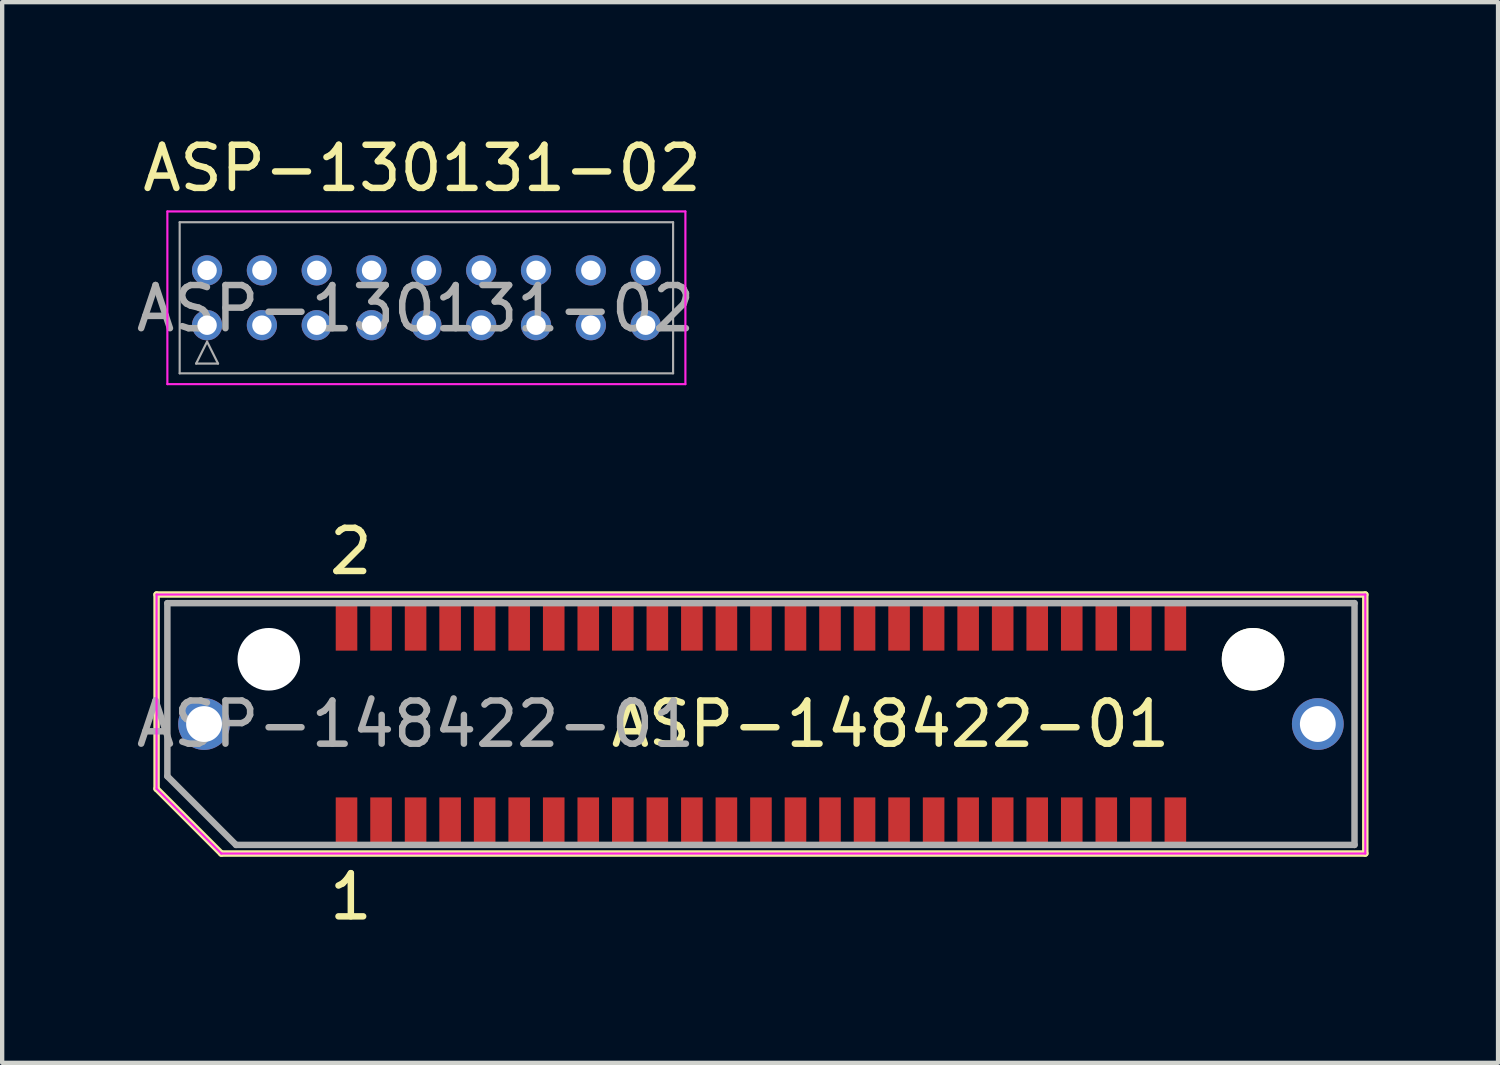
<source format=kicad_pcb>
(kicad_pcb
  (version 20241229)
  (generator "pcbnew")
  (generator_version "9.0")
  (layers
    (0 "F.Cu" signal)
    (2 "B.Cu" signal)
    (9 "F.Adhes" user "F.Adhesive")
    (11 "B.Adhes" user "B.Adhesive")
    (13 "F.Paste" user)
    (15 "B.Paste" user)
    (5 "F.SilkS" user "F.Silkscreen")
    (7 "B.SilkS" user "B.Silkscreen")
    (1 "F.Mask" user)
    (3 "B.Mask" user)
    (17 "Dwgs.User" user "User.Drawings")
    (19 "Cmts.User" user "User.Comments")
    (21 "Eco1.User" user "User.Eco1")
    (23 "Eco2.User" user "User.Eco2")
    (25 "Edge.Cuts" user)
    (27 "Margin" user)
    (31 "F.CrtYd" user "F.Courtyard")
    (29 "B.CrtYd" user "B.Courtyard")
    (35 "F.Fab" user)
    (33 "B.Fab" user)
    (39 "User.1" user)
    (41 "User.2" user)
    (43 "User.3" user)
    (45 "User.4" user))
  (footprint "ASP-130131-02"
    (layer "F.Cu")
    (at 6.827 3.848)
    (property "Reference" "ASP-130131-02" (at -0.1 -3 0) (layer "F.SilkS") (effects (font (size 1 1) (thickness 0.15))))
    (attr through_hole)
    (fp_line (start -6 -2) (end 6 -2) (stroke (width 0.05) (type solid)) (layer "F.CrtYd"))
    (fp_line (start -6 2) (end -6 -2) (stroke (width 0.05) (type solid)) (layer "F.CrtYd"))
    (fp_line (start 6 -2) (end 6 2) (stroke (width 0.05) (type solid)) (layer "F.CrtYd"))
    (fp_line (start 6 2) (end -6 2) (stroke (width 0.05) (type solid)) (layer "F.CrtYd"))
    (fp_line (start -5.715 -1.75) (end 5.715 -1.75) (stroke (width 0.05) (type solid)) (layer "F.Fab"))
    (fp_line (start -5.715 1.75) (end -5.715 -1.75) (stroke (width 0.05) (type solid)) (layer "F.Fab"))
    (fp_line (start -5.334 1.524) (end -4.826 1.524) (stroke (width 0.05) (type solid)) (layer "F.Fab"))
    (fp_line (start -5.08 1.016) (end -5.334 1.524) (stroke (width 0.05) (type solid)) (layer "F.Fab"))
    (fp_line (start -4.826 1.524) (end -5.08 1.016) (stroke (width 0.05) (type solid)) (layer "F.Fab"))
    (fp_line (start 5.715 -1.75) (end 5.715 1.75) (stroke (width 0.05) (type solid)) (layer "F.Fab"))
    (fp_line (start 5.715 1.75) (end -5.715 1.75) (stroke (width 0.05) (type solid)) (layer "F.Fab"))
    (fp_text user "${REFERENCE}" (at -0.25 0.25 0) (layer "F.Fab") (effects (font (size 1 1) (thickness 0.15))))
    (pad "1" thru_hole circle (at -5.08 0.635) (size 0.7 0.7) (drill 0.45) (layers "*.Cu" "*.Mask"))
    (pad "2" thru_hole circle (at -5.08 -0.635) (size 0.7 0.7) (drill 0.45) (layers "*.Cu" "*.Mask"))
    (pad "3" thru_hole circle (at -3.81 0.635) (size 0.7 0.7) (drill 0.45) (layers "*.Cu" "*.Mask"))
    (pad "4" thru_hole circle (at -3.81 -0.635) (size 0.7 0.7) (drill 0.45) (layers "*.Cu" "*.Mask"))
    (pad "5" thru_hole circle (at -2.54 0.635) (size 0.7 0.7) (drill 0.45) (layers "*.Cu" "*.Mask"))
    (pad "6" thru_hole circle (at -2.54 -0.635) (size 0.7 0.7) (drill 0.45) (layers "*.Cu" "*.Mask"))
    (pad "7" thru_hole circle (at -1.27 0.635) (size 0.7 0.7) (drill 0.45) (layers "*.Cu" "*.Mask"))
    (pad "8" thru_hole circle (at -1.27 -0.635) (size 0.7 0.7) (drill 0.45) (layers "*.Cu" "*.Mask"))
    (pad "9" thru_hole circle (at 0 0.635) (size 0.7 0.7) (drill 0.45) (layers "*.Cu" "*.Mask"))
    (pad "10" thru_hole circle (at 0 -0.635) (size 0.7 0.7) (drill 0.45) (layers "*.Cu" "*.Mask"))
    (pad "11" thru_hole circle (at 1.27 0.635) (size 0.7 0.7) (drill 0.45) (layers "*.Cu" "*.Mask"))
    (pad "12" thru_hole circle (at 1.27 -0.635) (size 0.7 0.7) (drill 0.45) (layers "*.Cu" "*.Mask"))
    (pad "13" thru_hole circle (at 2.54 0.635) (size 0.7 0.7) (drill 0.45) (layers "*.Cu" "*.Mask"))
    (pad "14" thru_hole circle (at 2.54 -0.635) (size 0.7 0.7) (drill 0.45) (layers "*.Cu" "*.Mask"))
    (pad "15" thru_hole circle (at 3.81 0.635) (size 0.7 0.7) (drill 0.45) (layers "*.Cu" "*.Mask"))
    (pad "16" thru_hole circle (at 3.81 -0.635) (size 0.7 0.7) (drill 0.45) (layers "*.Cu" "*.Mask"))
    (pad "17" thru_hole circle (at 5.08 0.635) (size 0.7 0.7) (drill 0.45) (layers "*.Cu" "*.Mask"))
    (pad "18" thru_hole circle (at 5.08 -0.635) (size 0.7 0.7) (drill 0.45) (layers "*.Cu" "*.Mask")))
  (footprint "ASP-148422-01"
    (layer "F.Cu")
    (at 14.577 13.722)
    (property "Reference" "ASP-148422-01" (at 3 0 0) (layer "F.SilkS") (effects (font (size 1 1) (thickness 0.15))))
    (attr smd)
    (fp_line (start -14 -3) (end 14 -3) (stroke (width 0.15) (type solid)) (layer "F.SilkS"))
    (fp_line (start -14 1.5) (end -14 -3) (stroke (width 0.15) (type solid)) (layer "F.SilkS"))
    (fp_line (start -14 1.5) (end -12.5 3) (stroke (width 0.15) (type solid)) (layer "F.SilkS"))
    (fp_line (start 14 -3) (end 14 3) (stroke (width 0.15) (type solid)) (layer "F.SilkS"))
    (fp_line (start 14 3) (end -12.5 3) (stroke (width 0.15) (type solid)) (layer "F.SilkS"))
    (fp_line (start -14 -3) (end 14 -3) (stroke (width 0.05) (type solid)) (layer "F.CrtYd"))
    (fp_line (start -14 1.5) (end -14 -3) (stroke (width 0.05) (type solid)) (layer "F.CrtYd"))
    (fp_line (start -14 1.5) (end -12.5 3) (stroke (width 0.05) (type solid)) (layer "F.CrtYd"))
    (fp_line (start 14 -3) (end 14 3) (stroke (width 0.05) (type solid)) (layer "F.CrtYd"))
    (fp_line (start 14 3) (end -12.5 3) (stroke (width 0.05) (type solid)) (layer "F.CrtYd"))
    (fp_line (start -13.75 -2.8) (end -13.75 1.21) (stroke (width 0.15) (type solid)) (layer "F.Fab"))
    (fp_line (start -13.75 1.21) (end -12.16 2.8) (stroke (width 0.15) (type solid)) (layer "F.Fab"))
    (fp_line (start -12.16 2.8) (end 13.75 2.8) (stroke (width 0.15) (type solid)) (layer "F.Fab"))
    (fp_line (start 13.75 -2.8) (end -13.75 -2.8) (stroke (width 0.15) (type solid)) (layer "F.Fab"))
    (fp_line (start 13.75 2.8) (end 13.75 -2.8) (stroke (width 0.15) (type solid)) (layer "F.Fab"))
    (fp_text user "2" (at -9.5 -4 0) (layer "F.SilkS") (effects (font (size 1 1) (thickness 0.15))))
    (fp_text user "1" (at -9.5 4 0) (layer "F.SilkS") (effects (font (size 1 1) (thickness 0.15))))
    (fp_text user "${REFERENCE}" (at -8 0 0) (layer "F.Fab") (effects (font (size 1 1) (thickness 0.15))))
    (pad "" np_thru_hole circle (at -11.4 -1.5) (size 1.45 1.45) (drill 1.45) (layers "*.Cu" "*.Mask"))
    (pad "" np_thru_hole circle (at 11.4 -1.5) (size 1.45 1.45) (drill 1.45) (layers "*.Cu" "*.Mask" "F.SilkS"))
    (pad "1" smd rect (at -9.6 2.25) (size 0.5 1.1) (layers "F.Cu" "F.Mask" "F.Paste"))
    (pad "2" smd rect (at -9.6 -2.25) (size 0.5 1.1) (layers "F.Cu" "F.Mask" "F.Paste"))
    (pad "3" smd rect (at -8.8 2.25) (size 0.5 1.1) (layers "F.Cu" "F.Mask" "F.Paste"))
    (pad "4" smd rect (at -8.8 -2.25) (size 0.5 1.1) (layers "F.Cu" "F.Mask" "F.Paste"))
    (pad "5" smd rect (at -8 2.25) (size 0.5 1.1) (layers "F.Cu" "F.Mask" "F.Paste"))
    (pad "6" smd rect (at -8 -2.25) (size 0.5 1.1) (layers "F.Cu" "F.Mask" "F.Paste"))
    (pad "7" smd rect (at -7.2 2.25) (size 0.5 1.1) (layers "F.Cu" "F.Mask" "F.Paste"))
    (pad "8" smd rect (at -7.2 -2.25) (size 0.5 1.1) (layers "F.Cu" "F.Mask" "F.Paste"))
    (pad "9" smd rect (at -6.4 2.25) (size 0.5 1.1) (layers "F.Cu" "F.Mask" "F.Paste"))
    (pad "10" smd rect (at -6.4 -2.25) (size 0.5 1.1) (layers "F.Cu" "F.Mask" "F.Paste"))
    (pad "11" smd rect (at -5.6 2.25) (size 0.5 1.1) (layers "F.Cu" "F.Mask" "F.Paste"))
    (pad "12" smd rect (at -5.6 -2.25) (size 0.5 1.1) (layers "F.Cu" "F.Mask" "F.Paste"))
    (pad "13" smd rect (at -4.8 2.25) (size 0.5 1.1) (layers "F.Cu" "F.Mask" "F.Paste"))
    (pad "14" smd rect (at -4.8 -2.25) (size 0.5 1.1) (layers "F.Cu" "F.Mask" "F.Paste"))
    (pad "15" smd rect (at -4 2.25) (size 0.5 1.1) (layers "F.Cu" "F.Mask" "F.Paste"))
    (pad "16" smd rect (at -4 -2.25) (size 0.5 1.1) (layers "F.Cu" "F.Mask" "F.Paste"))
    (pad "17" smd rect (at -3.2 2.25) (size 0.5 1.1) (layers "F.Cu" "F.Mask" "F.Paste"))
    (pad "18" smd rect (at -3.2 -2.25) (size 0.5 1.1) (layers "F.Cu" "F.Mask" "F.Paste"))
    (pad "19" smd rect (at -2.4 2.25) (size 0.5 1.1) (layers "F.Cu" "F.Mask" "F.Paste"))
    (pad "20" smd rect (at -2.4 -2.25) (size 0.5 1.1) (layers "F.Cu" "F.Mask" "F.Paste"))
    (pad "21" smd rect (at -1.6 2.25) (size 0.5 1.1) (layers "F.Cu" "F.Mask" "F.Paste"))
    (pad "22" smd rect (at -1.6 -2.25) (size 0.5 1.1) (layers "F.Cu" "F.Mask" "F.Paste"))
    (pad "23" smd rect (at -0.8 2.25) (size 0.5 1.1) (layers "F.Cu" "F.Mask" "F.Paste"))
    (pad "24" smd rect (at -0.8 -2.25) (size 0.5 1.1) (layers "F.Cu" "F.Mask" "F.Paste"))
    (pad "25" smd rect (at 0 2.25) (size 0.5 1.1) (layers "F.Cu" "F.Mask" "F.Paste"))
    (pad "26" smd rect (at 0 -2.25) (size 0.5 1.1) (layers "F.Cu" "F.Mask" "F.Paste"))
    (pad "27" smd rect (at 0.8 2.25) (size 0.5 1.1) (layers "F.Cu" "F.Mask" "F.Paste"))
    (pad "28" smd rect (at 0.8 -2.25) (size 0.5 1.1) (layers "F.Cu" "F.Mask" "F.Paste"))
    (pad "29" smd rect (at 1.6 2.25) (size 0.5 1.1) (layers "F.Cu" "F.Mask" "F.Paste"))
    (pad "30" smd rect (at 1.6 -2.25) (size 0.5 1.1) (layers "F.Cu" "F.Mask" "F.Paste"))
    (pad "31" smd rect (at 2.4 2.25) (size 0.5 1.1) (layers "F.Cu" "F.Mask" "F.Paste"))
    (pad "32" smd rect (at 2.4 -2.25) (size 0.5 1.1) (layers "F.Cu" "F.Mask" "F.Paste"))
    (pad "33" smd rect (at 3.2 2.25) (size 0.5 1.1) (layers "F.Cu" "F.Mask" "F.Paste"))
    (pad "34" smd rect (at 3.2 -2.25) (size 0.5 1.1) (layers "F.Cu" "F.Mask" "F.Paste"))
    (pad "35" smd rect (at 4 2.25) (size 0.5 1.1) (layers "F.Cu" "F.Mask" "F.Paste"))
    (pad "36" smd rect (at 4 -2.25) (size 0.5 1.1) (layers "F.Cu" "F.Mask" "F.Paste"))
    (pad "37" smd rect (at 4.8 2.25) (size 0.5 1.1) (layers "F.Cu" "F.Mask" "F.Paste"))
    (pad "38" smd rect (at 4.8 -2.25) (size 0.5 1.1) (layers "F.Cu" "F.Mask" "F.Paste"))
    (pad "39" smd rect (at 5.6 2.25) (size 0.5 1.1) (layers "F.Cu" "F.Mask" "F.Paste"))
    (pad "40" smd rect (at 5.6 -2.25) (size 0.5 1.1) (layers "F.Cu" "F.Mask" "F.Paste"))
    (pad "41" smd rect (at 6.4 2.25) (size 0.5 1.1) (layers "F.Cu" "F.Mask" "F.Paste"))
    (pad "42" smd rect (at 6.4 -2.25) (size 0.5 1.1) (layers "F.Cu" "F.Mask" "F.Paste"))
    (pad "43" smd rect (at 7.2 2.25) (size 0.5 1.1) (layers "F.Cu" "F.Mask" "F.Paste"))
    (pad "44" smd rect (at 7.2 -2.25) (size 0.5 1.1) (layers "F.Cu" "F.Mask" "F.Paste"))
    (pad "45" smd rect (at 8 2.25) (size 0.5 1.1) (layers "F.Cu" "F.Mask" "F.Paste"))
    (pad "46" smd rect (at 8 -2.25) (size 0.5 1.1) (layers "F.Cu" "F.Mask" "F.Paste"))
    (pad "47" smd rect (at 8.8 2.25) (size 0.5 1.1) (layers "F.Cu" "F.Mask" "F.Paste"))
    (pad "48" smd rect (at 8.8 -2.25) (size 0.5 1.1) (layers "F.Cu" "F.Mask" "F.Paste"))
    (pad "49" smd rect (at 9.6 2.25) (size 0.5 1.1) (layers "F.Cu" "F.Mask" "F.Paste"))
    (pad "50" smd rect (at 9.6 -2.25) (size 0.5 1.1) (layers "F.Cu" "F.Mask" "F.Paste"))
    (pad "S1" thru_hole circle (at -12.9 0) (size 1.2 1.2) (drill 0.83) (layers "*.Cu" "*.Mask"))
    (pad "S2" thru_hole circle (at 12.9 0) (size 1.2 1.2) (drill 0.83) (layers "*.Cu" "*.Mask")))
  (gr_rect
    (start -3 -3)
    (end 31.652 21.57)
    (stroke (width 0.1) (type default))
    (fill no)
    (layer "Edge.Cuts")))
</source>
